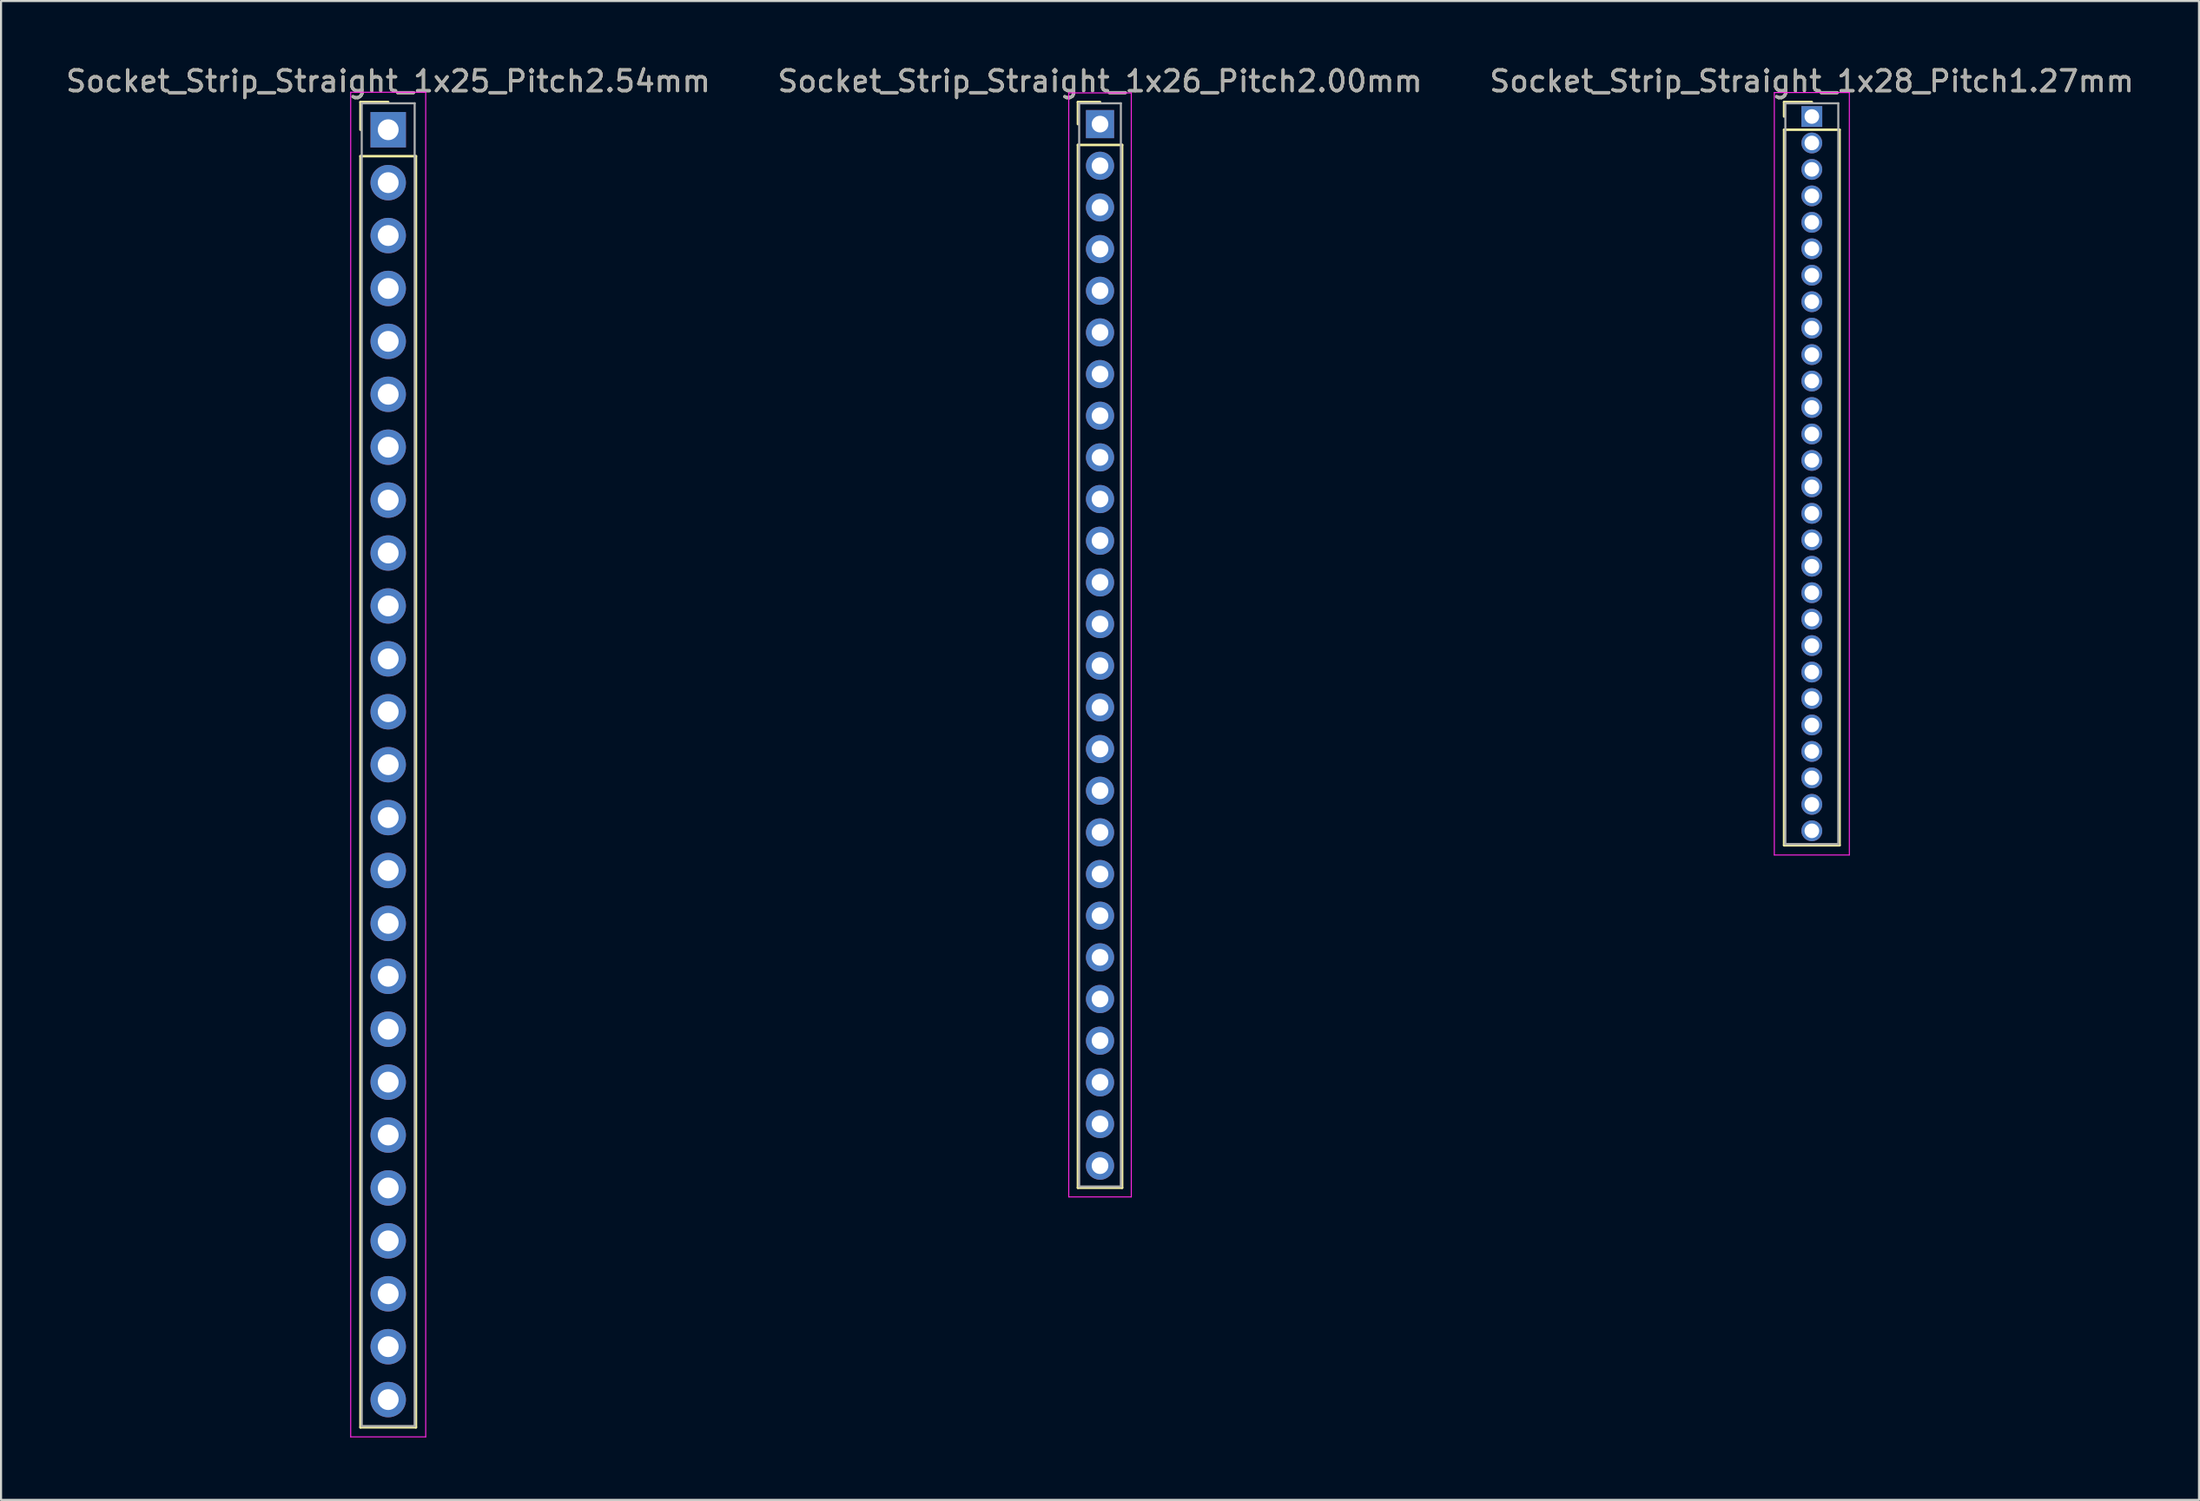
<source format=kicad_pcb>
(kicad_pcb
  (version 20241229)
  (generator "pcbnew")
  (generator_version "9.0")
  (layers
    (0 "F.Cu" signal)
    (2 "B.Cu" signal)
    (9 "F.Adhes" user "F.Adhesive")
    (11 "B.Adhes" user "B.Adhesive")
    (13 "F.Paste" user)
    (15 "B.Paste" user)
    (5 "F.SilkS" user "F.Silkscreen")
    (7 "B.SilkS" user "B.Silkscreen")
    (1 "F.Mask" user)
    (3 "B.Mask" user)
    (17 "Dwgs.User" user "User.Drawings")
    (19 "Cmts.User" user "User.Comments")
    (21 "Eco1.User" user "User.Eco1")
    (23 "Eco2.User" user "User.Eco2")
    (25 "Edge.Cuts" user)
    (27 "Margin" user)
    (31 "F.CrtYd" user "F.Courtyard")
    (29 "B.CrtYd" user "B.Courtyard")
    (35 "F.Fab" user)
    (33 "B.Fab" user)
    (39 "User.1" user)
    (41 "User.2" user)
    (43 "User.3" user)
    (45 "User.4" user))
  (footprint "Socket_Strip_Straight_1x26_Pitch2.00mm"
    (layer "F.Cu")
    (at 49.732 2.908)
    (property "Reference" "Socket_Strip_Straight_1x26_Pitch2.00mm" (at 0 -2.06 0) (layer "F.SilkS") (effects (font (size 1 1) (thickness 0.15))))
    (attr through_hole)
    (fp_line (start -1.06 -1.06) (end 0 -1.06) (stroke (width 0.12) (type solid)) (layer "F.SilkS"))
    (fp_line (start -1.06 0) (end -1.06 -1.06) (stroke (width 0.12) (type solid)) (layer "F.SilkS"))
    (fp_line (start -1.06 1) (end -1.06 51.06) (stroke (width 0.12) (type solid)) (layer "F.SilkS"))
    (fp_line (start -1.06 51.06) (end 1.06 51.06) (stroke (width 0.12) (type solid)) (layer "F.SilkS"))
    (fp_line (start 1.06 1) (end -1.06 1) (stroke (width 0.12) (type solid)) (layer "F.SilkS"))
    (fp_line (start 1.06 51.06) (end 1.06 1) (stroke (width 0.12) (type solid)) (layer "F.SilkS"))
    (fp_line (start -1.5 -1.5) (end -1.5 51.5) (stroke (width 0.05) (type solid)) (layer "F.CrtYd"))
    (fp_line (start -1.5 51.5) (end 1.5 51.5) (stroke (width 0.05) (type solid)) (layer "F.CrtYd"))
    (fp_line (start 1.5 -1.5) (end -1.5 -1.5) (stroke (width 0.05) (type solid)) (layer "F.CrtYd"))
    (fp_line (start 1.5 51.5) (end 1.5 -1.5) (stroke (width 0.05) (type solid)) (layer "F.CrtYd"))
    (fp_line (start -1 -1) (end -1 51) (stroke (width 0.1) (type solid)) (layer "F.Fab"))
    (fp_line (start -1 51) (end 1 51) (stroke (width 0.1) (type solid)) (layer "F.Fab"))
    (fp_line (start 1 -1) (end -1 -1) (stroke (width 0.1) (type solid)) (layer "F.Fab"))
    (fp_line (start 1 51) (end 1 -1) (stroke (width 0.1) (type solid)) (layer "F.Fab"))
    (fp_text user "${REFERENCE}" (at 0 -2.06 0) (layer "F.Fab") (effects (font (size 1 1) (thickness 0.15))))
    (pad "1" thru_hole rect (at 0 0) (size 1.35 1.35) (drill 0.8) (layers "*.Cu" "*.Mask"))
    (pad "2" thru_hole oval (at 0 2) (size 1.35 1.35) (drill 0.8) (layers "*.Cu" "*.Mask"))
    (pad "3" thru_hole oval (at 0 4) (size 1.35 1.35) (drill 0.8) (layers "*.Cu" "*.Mask"))
    (pad "4" thru_hole oval (at 0 6) (size 1.35 1.35) (drill 0.8) (layers "*.Cu" "*.Mask"))
    (pad "5" thru_hole oval (at 0 8) (size 1.35 1.35) (drill 0.8) (layers "*.Cu" "*.Mask"))
    (pad "6" thru_hole oval (at 0 10) (size 1.35 1.35) (drill 0.8) (layers "*.Cu" "*.Mask"))
    (pad "7" thru_hole oval (at 0 12) (size 1.35 1.35) (drill 0.8) (layers "*.Cu" "*.Mask"))
    (pad "8" thru_hole oval (at 0 14) (size 1.35 1.35) (drill 0.8) (layers "*.Cu" "*.Mask"))
    (pad "9" thru_hole oval (at 0 16) (size 1.35 1.35) (drill 0.8) (layers "*.Cu" "*.Mask"))
    (pad "10" thru_hole oval (at 0 18) (size 1.35 1.35) (drill 0.8) (layers "*.Cu" "*.Mask"))
    (pad "11" thru_hole oval (at 0 20) (size 1.35 1.35) (drill 0.8) (layers "*.Cu" "*.Mask"))
    (pad "12" thru_hole oval (at 0 22) (size 1.35 1.35) (drill 0.8) (layers "*.Cu" "*.Mask"))
    (pad "13" thru_hole oval (at 0 24) (size 1.35 1.35) (drill 0.8) (layers "*.Cu" "*.Mask"))
    (pad "14" thru_hole oval (at 0 26) (size 1.35 1.35) (drill 0.8) (layers "*.Cu" "*.Mask"))
    (pad "15" thru_hole oval (at 0 28) (size 1.35 1.35) (drill 0.8) (layers "*.Cu" "*.Mask"))
    (pad "16" thru_hole oval (at 0 30) (size 1.35 1.35) (drill 0.8) (layers "*.Cu" "*.Mask"))
    (pad "17" thru_hole oval (at 0 32) (size 1.35 1.35) (drill 0.8) (layers "*.Cu" "*.Mask"))
    (pad "18" thru_hole oval (at 0 34) (size 1.35 1.35) (drill 0.8) (layers "*.Cu" "*.Mask"))
    (pad "19" thru_hole oval (at 0 36) (size 1.35 1.35) (drill 0.8) (layers "*.Cu" "*.Mask"))
    (pad "20" thru_hole oval (at 0 38) (size 1.35 1.35) (drill 0.8) (layers "*.Cu" "*.Mask"))
    (pad "21" thru_hole oval (at 0 40) (size 1.35 1.35) (drill 0.8) (layers "*.Cu" "*.Mask"))
    (pad "22" thru_hole oval (at 0 42) (size 1.35 1.35) (drill 0.8) (layers "*.Cu" "*.Mask"))
    (pad "23" thru_hole oval (at 0 44) (size 1.35 1.35) (drill 0.8) (layers "*.Cu" "*.Mask"))
    (pad "24" thru_hole oval (at 0 46) (size 1.35 1.35) (drill 0.8) (layers "*.Cu" "*.Mask"))
    (pad "25" thru_hole oval (at 0 48) (size 1.35 1.35) (drill 0.8) (layers "*.Cu" "*.Mask"))
    (pad "26" thru_hole oval (at 0 50) (size 1.35 1.35) (drill 0.8) (layers "*.Cu" "*.Mask")))
  (footprint "Socket_Strip_Straight_1x25_Pitch2.54mm"
    (layer "F.Cu")
    (at 15.577 3.178)
    (property "Reference" "Socket_Strip_Straight_1x25_Pitch2.54mm" (at 0 -2.33 0) (layer "F.SilkS") (effects (font (size 1 1) (thickness 0.15))))
    (attr through_hole)
    (fp_line (start -1.33 -1.33) (end 0 -1.33) (stroke (width 0.12) (type solid)) (layer "F.SilkS"))
    (fp_line (start -1.33 0) (end -1.33 -1.33) (stroke (width 0.12) (type solid)) (layer "F.SilkS"))
    (fp_line (start -1.33 1.27) (end -1.33 62.29) (stroke (width 0.12) (type solid)) (layer "F.SilkS"))
    (fp_line (start -1.33 62.29) (end 1.33 62.29) (stroke (width 0.12) (type solid)) (layer "F.SilkS"))
    (fp_line (start 1.33 1.27) (end -1.33 1.27) (stroke (width 0.12) (type solid)) (layer "F.SilkS"))
    (fp_line (start 1.33 62.29) (end 1.33 1.27) (stroke (width 0.12) (type solid)) (layer "F.SilkS"))
    (fp_line (start -1.8 -1.8) (end -1.8 62.75) (stroke (width 0.05) (type solid)) (layer "F.CrtYd"))
    (fp_line (start -1.8 62.75) (end 1.8 62.75) (stroke (width 0.05) (type solid)) (layer "F.CrtYd"))
    (fp_line (start 1.8 -1.8) (end -1.8 -1.8) (stroke (width 0.05) (type solid)) (layer "F.CrtYd"))
    (fp_line (start 1.8 62.75) (end 1.8 -1.8) (stroke (width 0.05) (type solid)) (layer "F.CrtYd"))
    (fp_line (start -1.27 -1.27) (end -1.27 62.23) (stroke (width 0.1) (type solid)) (layer "F.Fab"))
    (fp_line (start -1.27 62.23) (end 1.27 62.23) (stroke (width 0.1) (type solid)) (layer "F.Fab"))
    (fp_line (start 1.27 -1.27) (end -1.27 -1.27) (stroke (width 0.1) (type solid)) (layer "F.Fab"))
    (fp_line (start 1.27 62.23) (end 1.27 -1.27) (stroke (width 0.1) (type solid)) (layer "F.Fab"))
    (fp_text user "${REFERENCE}" (at 0 -2.33 0) (layer "F.Fab") (effects (font (size 1 1) (thickness 0.15))))
    (pad "1" thru_hole rect (at 0 0) (size 1.7 1.7) (drill 1) (layers "*.Cu" "*.Mask"))
    (pad "2" thru_hole oval (at 0 2.54) (size 1.7 1.7) (drill 1) (layers "*.Cu" "*.Mask"))
    (pad "3" thru_hole oval (at 0 5.08) (size 1.7 1.7) (drill 1) (layers "*.Cu" "*.Mask"))
    (pad "4" thru_hole oval (at 0 7.62) (size 1.7 1.7) (drill 1) (layers "*.Cu" "*.Mask"))
    (pad "5" thru_hole oval (at 0 10.16) (size 1.7 1.7) (drill 1) (layers "*.Cu" "*.Mask"))
    (pad "6" thru_hole oval (at 0 12.7) (size 1.7 1.7) (drill 1) (layers "*.Cu" "*.Mask"))
    (pad "7" thru_hole oval (at 0 15.24) (size 1.7 1.7) (drill 1) (layers "*.Cu" "*.Mask"))
    (pad "8" thru_hole oval (at 0 17.78) (size 1.7 1.7) (drill 1) (layers "*.Cu" "*.Mask"))
    (pad "9" thru_hole oval (at 0 20.32) (size 1.7 1.7) (drill 1) (layers "*.Cu" "*.Mask"))
    (pad "10" thru_hole oval (at 0 22.86) (size 1.7 1.7) (drill 1) (layers "*.Cu" "*.Mask"))
    (pad "11" thru_hole oval (at 0 25.4) (size 1.7 1.7) (drill 1) (layers "*.Cu" "*.Mask"))
    (pad "12" thru_hole oval (at 0 27.94) (size 1.7 1.7) (drill 1) (layers "*.Cu" "*.Mask"))
    (pad "13" thru_hole oval (at 0 30.48) (size 1.7 1.7) (drill 1) (layers "*.Cu" "*.Mask"))
    (pad "14" thru_hole oval (at 0 33.02) (size 1.7 1.7) (drill 1) (layers "*.Cu" "*.Mask"))
    (pad "15" thru_hole oval (at 0 35.56) (size 1.7 1.7) (drill 1) (layers "*.Cu" "*.Mask"))
    (pad "16" thru_hole oval (at 0 38.1) (size 1.7 1.7) (drill 1) (layers "*.Cu" "*.Mask"))
    (pad "17" thru_hole oval (at 0 40.64) (size 1.7 1.7) (drill 1) (layers "*.Cu" "*.Mask"))
    (pad "18" thru_hole oval (at 0 43.18) (size 1.7 1.7) (drill 1) (layers "*.Cu" "*.Mask"))
    (pad "19" thru_hole oval (at 0 45.72) (size 1.7 1.7) (drill 1) (layers "*.Cu" "*.Mask"))
    (pad "20" thru_hole oval (at 0 48.26) (size 1.7 1.7) (drill 1) (layers "*.Cu" "*.Mask"))
    (pad "21" thru_hole oval (at 0 50.8) (size 1.7 1.7) (drill 1) (layers "*.Cu" "*.Mask"))
    (pad "22" thru_hole oval (at 0 53.34) (size 1.7 1.7) (drill 1) (layers "*.Cu" "*.Mask"))
    (pad "23" thru_hole oval (at 0 55.88) (size 1.7 1.7) (drill 1) (layers "*.Cu" "*.Mask"))
    (pad "24" thru_hole oval (at 0 58.42) (size 1.7 1.7) (drill 1) (layers "*.Cu" "*.Mask"))
    (pad "25" thru_hole oval (at 0 60.96) (size 1.7 1.7) (drill 1) (layers "*.Cu" "*.Mask")))
  (footprint "Socket_Strip_Straight_1x28_Pitch1.27mm"
    (layer "F.Cu")
    (at 83.887 2.543)
    (property "Reference" "Socket_Strip_Straight_1x28_Pitch1.27mm" (at 0 -1.695 0) (layer "F.SilkS") (effects (font (size 1 1) (thickness 0.15))))
    (attr through_hole)
    (fp_line (start -1.33 -0.695) (end 0 -0.695) (stroke (width 0.12) (type solid)) (layer "F.SilkS"))
    (fp_line (start -1.33 0) (end -1.33 -0.695) (stroke (width 0.12) (type solid)) (layer "F.SilkS"))
    (fp_line (start -1.33 0.635) (end -1.33 34.985) (stroke (width 0.12) (type solid)) (layer "F.SilkS"))
    (fp_line (start -1.33 34.985) (end 1.33 34.985) (stroke (width 0.12) (type solid)) (layer "F.SilkS"))
    (fp_line (start 1.33 0.635) (end -1.33 0.635) (stroke (width 0.12) (type solid)) (layer "F.SilkS"))
    (fp_line (start 1.33 34.985) (end 1.33 0.635) (stroke (width 0.12) (type solid)) (layer "F.SilkS"))
    (fp_line (start -1.8 -1.15) (end -1.8 35.45) (stroke (width 0.05) (type solid)) (layer "F.CrtYd"))
    (fp_line (start -1.8 35.45) (end 1.8 35.45) (stroke (width 0.05) (type solid)) (layer "F.CrtYd"))
    (fp_line (start 1.8 -1.15) (end -1.8 -1.15) (stroke (width 0.05) (type solid)) (layer "F.CrtYd"))
    (fp_line (start 1.8 35.45) (end 1.8 -1.15) (stroke (width 0.05) (type solid)) (layer "F.CrtYd"))
    (fp_line (start -1.27 -0.635) (end -1.27 34.925) (stroke (width 0.1) (type solid)) (layer "F.Fab"))
    (fp_line (start -1.27 34.925) (end 1.27 34.925) (stroke (width 0.1) (type solid)) (layer "F.Fab"))
    (fp_line (start 1.27 -0.635) (end -1.27 -0.635) (stroke (width 0.1) (type solid)) (layer "F.Fab"))
    (fp_line (start 1.27 34.925) (end 1.27 -0.635) (stroke (width 0.1) (type solid)) (layer "F.Fab"))
    (fp_text user "${REFERENCE}" (at 0 -1.695 0) (layer "F.Fab") (effects (font (size 1 1) (thickness 0.15))))
    (pad "1" thru_hole rect (at 0 0) (size 1 1) (drill 0.7) (layers "*.Cu" "*.Mask"))
    (pad "2" thru_hole oval (at 0 1.27) (size 1 1) (drill 0.7) (layers "*.Cu" "*.Mask"))
    (pad "3" thru_hole oval (at 0 2.54) (size 1 1) (drill 0.7) (layers "*.Cu" "*.Mask"))
    (pad "4" thru_hole oval (at 0 3.81) (size 1 1) (drill 0.7) (layers "*.Cu" "*.Mask"))
    (pad "5" thru_hole oval (at 0 5.08) (size 1 1) (drill 0.7) (layers "*.Cu" "*.Mask"))
    (pad "6" thru_hole oval (at 0 6.35) (size 1 1) (drill 0.7) (layers "*.Cu" "*.Mask"))
    (pad "7" thru_hole oval (at 0 7.62) (size 1 1) (drill 0.7) (layers "*.Cu" "*.Mask"))
    (pad "8" thru_hole oval (at 0 8.89) (size 1 1) (drill 0.7) (layers "*.Cu" "*.Mask"))
    (pad "9" thru_hole oval (at 0 10.16) (size 1 1) (drill 0.7) (layers "*.Cu" "*.Mask"))
    (pad "10" thru_hole oval (at 0 11.43) (size 1 1) (drill 0.7) (layers "*.Cu" "*.Mask"))
    (pad "11" thru_hole oval (at 0 12.7) (size 1 1) (drill 0.7) (layers "*.Cu" "*.Mask"))
    (pad "12" thru_hole oval (at 0 13.97) (size 1 1) (drill 0.7) (layers "*.Cu" "*.Mask"))
    (pad "13" thru_hole oval (at 0 15.24) (size 1 1) (drill 0.7) (layers "*.Cu" "*.Mask"))
    (pad "14" thru_hole oval (at 0 16.51) (size 1 1) (drill 0.7) (layers "*.Cu" "*.Mask"))
    (pad "15" thru_hole oval (at 0 17.78) (size 1 1) (drill 0.7) (layers "*.Cu" "*.Mask"))
    (pad "16" thru_hole oval (at 0 19.05) (size 1 1) (drill 0.7) (layers "*.Cu" "*.Mask"))
    (pad "17" thru_hole oval (at 0 20.32) (size 1 1) (drill 0.7) (layers "*.Cu" "*.Mask"))
    (pad "18" thru_hole oval (at 0 21.59) (size 1 1) (drill 0.7) (layers "*.Cu" "*.Mask"))
    (pad "19" thru_hole oval (at 0 22.86) (size 1 1) (drill 0.7) (layers "*.Cu" "*.Mask"))
    (pad "20" thru_hole oval (at 0 24.13) (size 1 1) (drill 0.7) (layers "*.Cu" "*.Mask"))
    (pad "21" thru_hole oval (at 0 25.4) (size 1 1) (drill 0.7) (layers "*.Cu" "*.Mask"))
    (pad "22" thru_hole oval (at 0 26.67) (size 1 1) (drill 0.7) (layers "*.Cu" "*.Mask"))
    (pad "23" thru_hole oval (at 0 27.94) (size 1 1) (drill 0.7) (layers "*.Cu" "*.Mask"))
    (pad "24" thru_hole oval (at 0 29.21) (size 1 1) (drill 0.7) (layers "*.Cu" "*.Mask"))
    (pad "25" thru_hole oval (at 0 30.48) (size 1 1) (drill 0.7) (layers "*.Cu" "*.Mask"))
    (pad "26" thru_hole oval (at 0 31.75) (size 1 1) (drill 0.7) (layers "*.Cu" "*.Mask"))
    (pad "27" thru_hole oval (at 0 33.02) (size 1 1) (drill 0.7) (layers "*.Cu" "*.Mask"))
    (pad "28" thru_hole oval (at 0 34.29) (size 1 1) (drill 0.7) (layers "*.Cu" "*.Mask")))
  (gr_rect
    (start -3 -3)
    (end 102.464 68.953)
    (stroke (width 0.1) (type default))
    (fill no)
    (layer "Edge.Cuts")))
</source>
